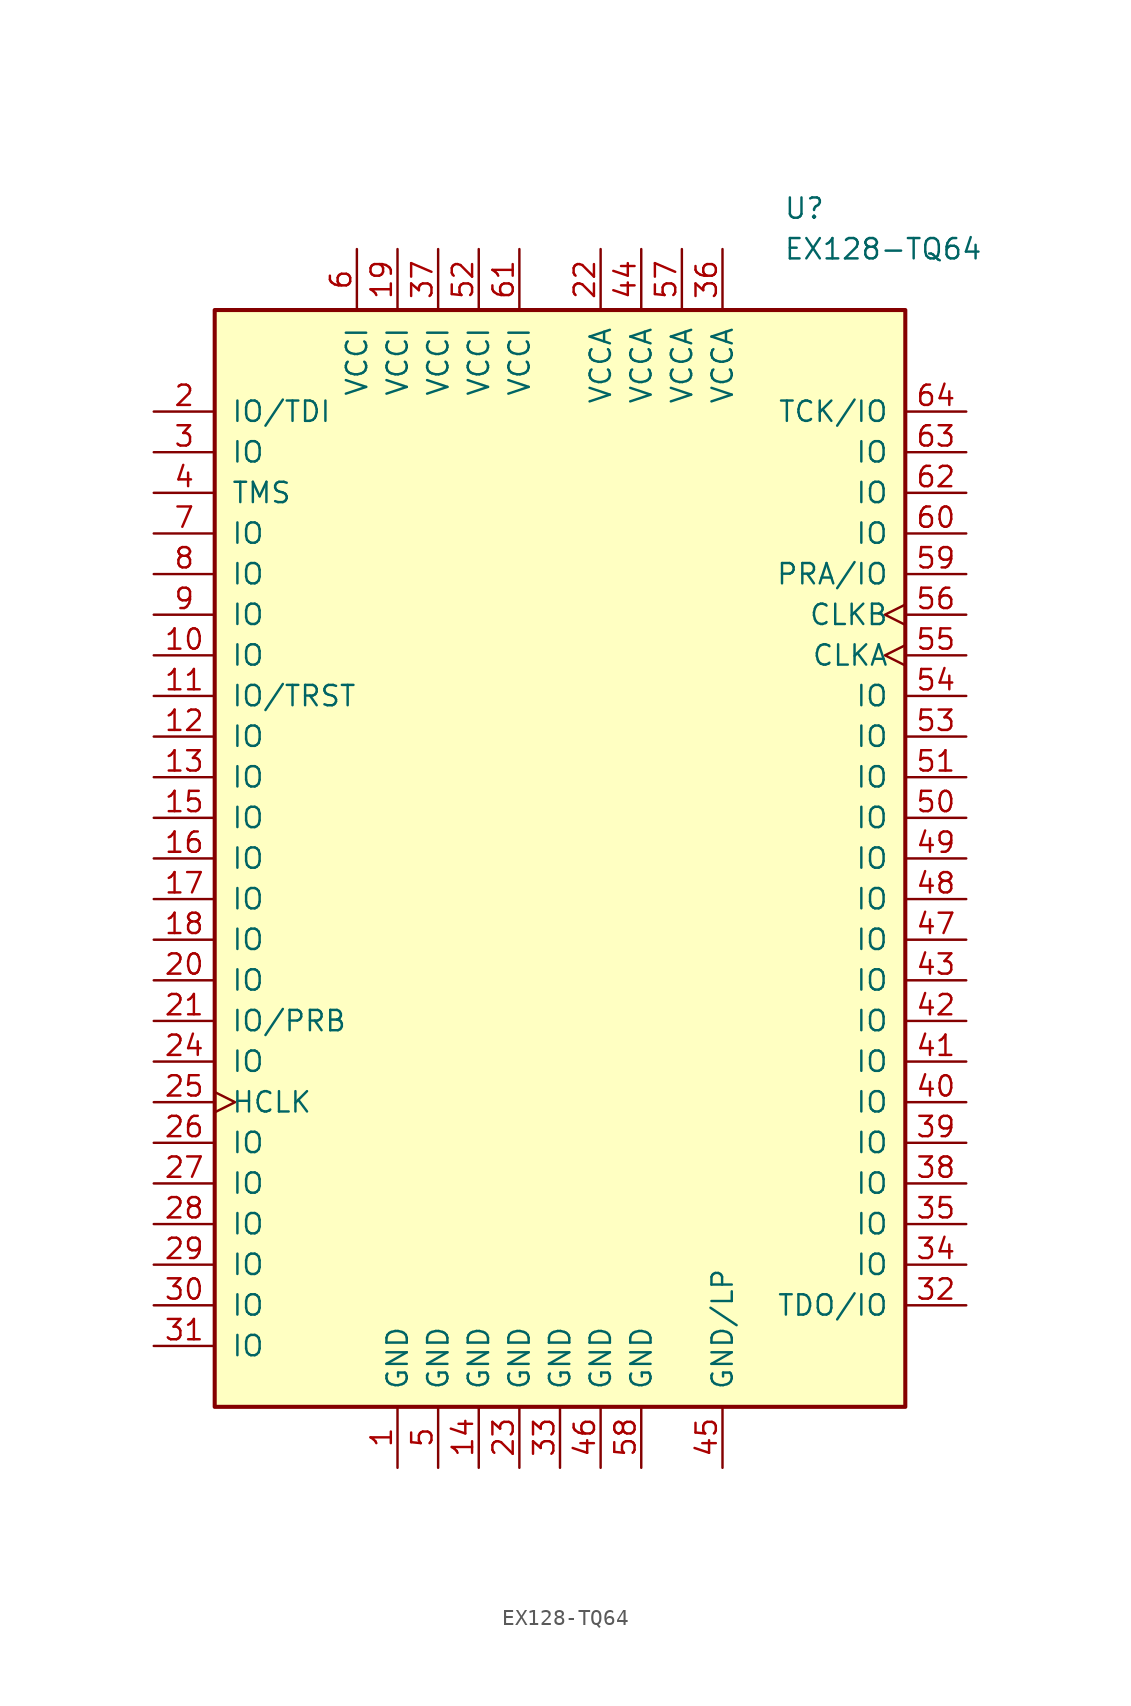
<source format=kicad_sym>
(kicad_symbol_lib
  (version 20201005)
  (generator kicad_symbol_editor)
  (symbol "FPGA_Microsemi:EX128-TQ64"
    (pin_names
      (offset 1.016))
    (property "Reference" "U"
      (at 13.97 40.64 0)
      (effects (font (size 1.27 1.27)) (justify left)))
    (property "Value" "EX128-TQ64"
      (at 13.97 38.1 0)
      (effects (font (size 1.27 1.27)) (justify left)))
    (symbol "EX128-TQ64_0_1"
      (rectangle (start -21.59 34.29) (end 21.59 -34.29) (stroke (width 0.254)) (fill (type background))))
    (symbol "EX128-TQ64_1_1"
      (pin power_out line (at -10.16 -38.1 90) (length 3.81) (name "GND" (effects (font (size 1.27 1.27)))) (number "1" (effects (font (size 1.27 1.27)))))
      (pin bidirectional line (at -25.4 12.7 0) (length 3.81) (name "IO" (effects (font (size 1.27 1.27)))) (number "10" (effects (font (size 1.27 1.27)))))
      (pin bidirectional line (at -25.4 10.16 0) (length 3.81) (name "IO/TRST" (effects (font (size 1.27 1.27)))) (number "11" (effects (font (size 1.27 1.27)))))
      (pin bidirectional line (at -25.4 7.62 0) (length 3.81) (name "IO" (effects (font (size 1.27 1.27)))) (number "12" (effects (font (size 1.27 1.27)))))
      (pin bidirectional line (at -25.4 5.08 0) (length 3.81) (name "IO" (effects (font (size 1.27 1.27)))) (number "13" (effects (font (size 1.27 1.27)))))
      (pin power_out line (at -5.08 -38.1 90) (length 3.81) (name "GND" (effects (font (size 1.27 1.27)))) (number "14" (effects (font (size 1.27 1.27)))))
      (pin bidirectional line (at -25.4 2.54 0) (length 3.81) (name "IO" (effects (font (size 1.27 1.27)))) (number "15" (effects (font (size 1.27 1.27)))))
      (pin bidirectional line (at -25.4 0 0) (length 3.81) (name "IO" (effects (font (size 1.27 1.27)))) (number "16" (effects (font (size 1.27 1.27)))))
      (pin bidirectional line (at -25.4 -2.54 0) (length 3.81) (name "IO" (effects (font (size 1.27 1.27)))) (number "17" (effects (font (size 1.27 1.27)))))
      (pin bidirectional line (at -25.4 -5.08 0) (length 3.81) (name "IO" (effects (font (size 1.27 1.27)))) (number "18" (effects (font (size 1.27 1.27)))))
      (pin power_in line (at -10.16 38.1 270) (length 3.81) (name "VCCI" (effects (font (size 1.27 1.27)))) (number "19" (effects (font (size 1.27 1.27)))))
      (pin bidirectional line (at -25.4 27.94 0) (length 3.81) (name "IO/TDI" (effects (font (size 1.27 1.27)))) (number "2" (effects (font (size 1.27 1.27)))))
      (pin bidirectional line (at -25.4 -7.62 0) (length 3.81) (name "IO" (effects (font (size 1.27 1.27)))) (number "20" (effects (font (size 1.27 1.27)))))
      (pin bidirectional line (at -25.4 -10.16 0) (length 3.81) (name "IO/PRB" (effects (font (size 1.27 1.27)))) (number "21" (effects (font (size 1.27 1.27)))))
      (pin power_in line (at 2.54 38.1 270) (length 3.81) (name "VCCA" (effects (font (size 1.27 1.27)))) (number "22" (effects (font (size 1.27 1.27)))))
      (pin power_out line (at -2.54 -38.1 90) (length 3.81) (name "GND" (effects (font (size 1.27 1.27)))) (number "23" (effects (font (size 1.27 1.27)))))
      (pin bidirectional line (at -25.4 -12.7 0) (length 3.81) (name "IO" (effects (font (size 1.27 1.27)))) (number "24" (effects (font (size 1.27 1.27)))))
      (pin input clock (at -25.4 -15.24 0) (length 3.81) (name "HCLK" (effects (font (size 1.27 1.27)))) (number "25" (effects (font (size 1.27 1.27)))))
      (pin bidirectional line (at -25.4 -17.78 0) (length 3.81) (name "IO" (effects (font (size 1.27 1.27)))) (number "26" (effects (font (size 1.27 1.27)))))
      (pin bidirectional line (at -25.4 -20.32 0) (length 3.81) (name "IO" (effects (font (size 1.27 1.27)))) (number "27" (effects (font (size 1.27 1.27)))))
      (pin bidirectional line (at -25.4 -22.86 0) (length 3.81) (name "IO" (effects (font (size 1.27 1.27)))) (number "28" (effects (font (size 1.27 1.27)))))
      (pin bidirectional line (at -25.4 -25.4 0) (length 3.81) (name "IO" (effects (font (size 1.27 1.27)))) (number "29" (effects (font (size 1.27 1.27)))))
      (pin bidirectional line (at -25.4 25.4 0) (length 3.81) (name "IO" (effects (font (size 1.27 1.27)))) (number "3" (effects (font (size 1.27 1.27)))))
      (pin bidirectional line (at -25.4 -27.94 0) (length 3.81) (name "IO" (effects (font (size 1.27 1.27)))) (number "30" (effects (font (size 1.27 1.27)))))
      (pin bidirectional line (at -25.4 -30.48 0) (length 3.81) (name "IO" (effects (font (size 1.27 1.27)))) (number "31" (effects (font (size 1.27 1.27)))))
      (pin bidirectional line (at 25.4 -27.94 180) (length 3.81) (name "TDO/IO" (effects (font (size 1.27 1.27)))) (number "32" (effects (font (size 1.27 1.27)))))
      (pin power_out line (at 0 -38.1 90) (length 3.81) (name "GND" (effects (font (size 1.27 1.27)))) (number "33" (effects (font (size 1.27 1.27)))))
      (pin bidirectional line (at 25.4 -25.4 180) (length 3.81) (name "IO" (effects (font (size 1.27 1.27)))) (number "34" (effects (font (size 1.27 1.27)))))
      (pin bidirectional line (at 25.4 -22.86 180) (length 3.81) (name "IO" (effects (font (size 1.27 1.27)))) (number "35" (effects (font (size 1.27 1.27)))))
      (pin power_in line (at 10.16 38.1 270) (length 3.81) (name "VCCA" (effects (font (size 1.27 1.27)))) (number "36" (effects (font (size 1.27 1.27)))))
      (pin power_in line (at -7.62 38.1 270) (length 3.81) (name "VCCI" (effects (font (size 1.27 1.27)))) (number "37" (effects (font (size 1.27 1.27)))))
      (pin bidirectional line (at 25.4 -20.32 180) (length 3.81) (name "IO" (effects (font (size 1.27 1.27)))) (number "38" (effects (font (size 1.27 1.27)))))
      (pin bidirectional line (at 25.4 -17.78 180) (length 3.81) (name "IO" (effects (font (size 1.27 1.27)))) (number "39" (effects (font (size 1.27 1.27)))))
      (pin input line (at -25.4 22.86 0) (length 3.81) (name "TMS" (effects (font (size 1.27 1.27)))) (number "4" (effects (font (size 1.27 1.27)))))
      (pin bidirectional line (at 25.4 -15.24 180) (length 3.81) (name "IO" (effects (font (size 1.27 1.27)))) (number "40" (effects (font (size 1.27 1.27)))))
      (pin bidirectional line (at 25.4 -12.7 180) (length 3.81) (name "IO" (effects (font (size 1.27 1.27)))) (number "41" (effects (font (size 1.27 1.27)))))
      (pin bidirectional line (at 25.4 -10.16 180) (length 3.81) (name "IO" (effects (font (size 1.27 1.27)))) (number "42" (effects (font (size 1.27 1.27)))))
      (pin bidirectional line (at 25.4 -7.62 180) (length 3.81) (name "IO" (effects (font (size 1.27 1.27)))) (number "43" (effects (font (size 1.27 1.27)))))
      (pin power_in line (at 5.08 38.1 270) (length 3.81) (name "VCCA" (effects (font (size 1.27 1.27)))) (number "44" (effects (font (size 1.27 1.27)))))
      (pin power_out line (at 10.16 -38.1 90) (length 3.81) (name "GND/LP" (effects (font (size 1.27 1.27)))) (number "45" (effects (font (size 1.27 1.27)))))
      (pin power_out line (at 2.54 -38.1 90) (length 3.81) (name "GND" (effects (font (size 1.27 1.27)))) (number "46" (effects (font (size 1.27 1.27)))))
      (pin bidirectional line (at 25.4 -5.08 180) (length 3.81) (name "IO" (effects (font (size 1.27 1.27)))) (number "47" (effects (font (size 1.27 1.27)))))
      (pin bidirectional line (at 25.4 -2.54 180) (length 3.81) (name "IO" (effects (font (size 1.27 1.27)))) (number "48" (effects (font (size 1.27 1.27)))))
      (pin bidirectional line (at 25.4 0 180) (length 3.81) (name "IO" (effects (font (size 1.27 1.27)))) (number "49" (effects (font (size 1.27 1.27)))))
      (pin power_out line (at -7.62 -38.1 90) (length 3.81) (name "GND" (effects (font (size 1.27 1.27)))) (number "5" (effects (font (size 1.27 1.27)))))
      (pin bidirectional line (at 25.4 2.54 180) (length 3.81) (name "IO" (effects (font (size 1.27 1.27)))) (number "50" (effects (font (size 1.27 1.27)))))
      (pin bidirectional line (at 25.4 5.08 180) (length 3.81) (name "IO" (effects (font (size 1.27 1.27)))) (number "51" (effects (font (size 1.27 1.27)))))
      (pin power_in line (at -5.08 38.1 270) (length 3.81) (name "VCCI" (effects (font (size 1.27 1.27)))) (number "52" (effects (font (size 1.27 1.27)))))
      (pin bidirectional line (at 25.4 7.62 180) (length 3.81) (name "IO" (effects (font (size 1.27 1.27)))) (number "53" (effects (font (size 1.27 1.27)))))
      (pin bidirectional line (at 25.4 10.16 180) (length 3.81) (name "IO" (effects (font (size 1.27 1.27)))) (number "54" (effects (font (size 1.27 1.27)))))
      (pin input clock (at 25.4 12.7 180) (length 3.81) (name "CLKA" (effects (font (size 1.27 1.27)))) (number "55" (effects (font (size 1.27 1.27)))))
      (pin input clock (at 25.4 15.24 180) (length 3.81) (name "CLKB" (effects (font (size 1.27 1.27)))) (number "56" (effects (font (size 1.27 1.27)))))
      (pin power_in line (at 7.62 38.1 270) (length 3.81) (name "VCCA" (effects (font (size 1.27 1.27)))) (number "57" (effects (font (size 1.27 1.27)))))
      (pin power_out line (at 5.08 -38.1 90) (length 3.81) (name "GND" (effects (font (size 1.27 1.27)))) (number "58" (effects (font (size 1.27 1.27)))))
      (pin bidirectional line (at 25.4 17.78 180) (length 3.81) (name "PRA/IO" (effects (font (size 1.27 1.27)))) (number "59" (effects (font (size 1.27 1.27)))))
      (pin power_in line (at -12.7 38.1 270) (length 3.81) (name "VCCI" (effects (font (size 1.27 1.27)))) (number "6" (effects (font (size 1.27 1.27)))))
      (pin bidirectional line (at 25.4 20.32 180) (length 3.81) (name "IO" (effects (font (size 1.27 1.27)))) (number "60" (effects (font (size 1.27 1.27)))))
      (pin power_in line (at -2.54 38.1 270) (length 3.81) (name "VCCI" (effects (font (size 1.27 1.27)))) (number "61" (effects (font (size 1.27 1.27)))))
      (pin bidirectional line (at 25.4 22.86 180) (length 3.81) (name "IO" (effects (font (size 1.27 1.27)))) (number "62" (effects (font (size 1.27 1.27)))))
      (pin bidirectional line (at 25.4 25.4 180) (length 3.81) (name "IO" (effects (font (size 1.27 1.27)))) (number "63" (effects (font (size 1.27 1.27)))))
      (pin bidirectional line (at 25.4 27.94 180) (length 3.81) (name "TCK/IO" (effects (font (size 1.27 1.27)))) (number "64" (effects (font (size 1.27 1.27)))))
      (pin bidirectional line (at -25.4 20.32 0) (length 3.81) (name "IO" (effects (font (size 1.27 1.27)))) (number "7" (effects (font (size 1.27 1.27)))))
      (pin bidirectional line (at -25.4 17.78 0) (length 3.81) (name "IO" (effects (font (size 1.27 1.27)))) (number "8" (effects (font (size 1.27 1.27)))))
      (pin bidirectional line (at -25.4 15.24 0) (length 3.81) (name "IO" (effects (font (size 1.27 1.27)))) (number "9" (effects (font (size 1.27 1.27))))))))
</source>
